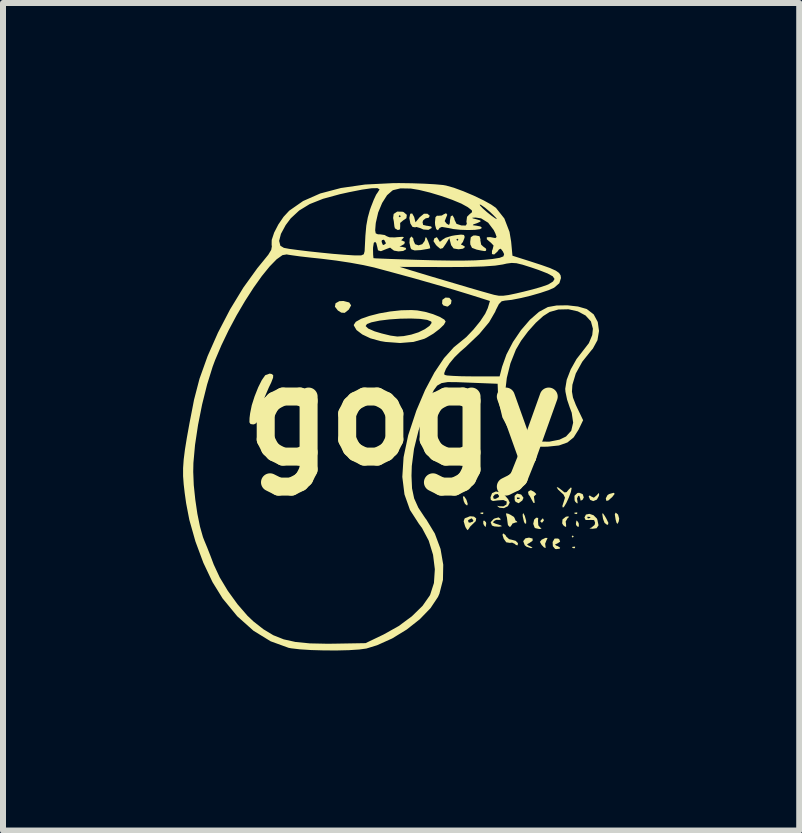
<source format=kicad_pcb>
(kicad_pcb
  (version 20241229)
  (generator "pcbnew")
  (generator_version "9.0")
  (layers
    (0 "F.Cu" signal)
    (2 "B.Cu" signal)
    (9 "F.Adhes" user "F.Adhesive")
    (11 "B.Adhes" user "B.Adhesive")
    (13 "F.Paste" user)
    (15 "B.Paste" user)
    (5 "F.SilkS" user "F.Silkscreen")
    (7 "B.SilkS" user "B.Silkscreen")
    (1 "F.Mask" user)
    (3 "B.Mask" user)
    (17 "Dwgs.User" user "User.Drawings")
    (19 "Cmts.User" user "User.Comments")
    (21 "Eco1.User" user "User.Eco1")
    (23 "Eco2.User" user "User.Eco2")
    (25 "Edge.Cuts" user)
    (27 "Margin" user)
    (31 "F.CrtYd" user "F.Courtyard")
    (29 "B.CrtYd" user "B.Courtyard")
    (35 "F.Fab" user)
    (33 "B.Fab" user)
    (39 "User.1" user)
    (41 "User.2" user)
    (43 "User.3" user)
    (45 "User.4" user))
  (footprint "gogy"
    (layer "F.Cu")
    (at 3.698 3.878)
    (property "Reference" "gogy" (at 0 0 0) (layer "F.SilkS") (effects (font (size 1.5 1.5) (thickness 0.3))))
    (attr board_only exclude_from_pos_files exclude_from_bom)
    (fp_poly (pts (xy 0.961 1.192) (xy 0.943 1.21) (xy 0.925 1.192) (xy 0.943 1.174)) (stroke (width 0) (type solid)) (fill yes) (layer "F.SilkS"))
    (fp_poly (pts (xy 2.81 2.01) (xy 2.793 2.028) (xy 2.775 2.01) (xy 2.793 1.992)) (stroke (width 0) (type solid)) (fill yes) (layer "F.SilkS"))
    (fp_poly (pts (xy 1.304 1.613) (xy 1.3 1.634) (xy 1.281 1.636) (xy 1.251 1.623) (xy 1.257 1.613) (xy 1.299 1.608)) (stroke (width 0) (type solid)) (fill yes) (layer "F.SilkS"))
    (fp_poly (pts (xy 2.834 2.182) (xy 2.829 2.203) (xy 2.81 2.206) (xy 2.781 2.193) (xy 2.787 2.182) (xy 2.829 2.178)) (stroke (width 0) (type solid)) (fill yes) (layer "F.SilkS"))
    (fp_poly (pts (xy 2.87 1.613) (xy 2.865 1.634) (xy 2.846 1.636) (xy 2.817 1.623) (xy 2.822 1.613) (xy 2.864 1.608)) (stroke (width 0) (type solid)) (fill yes) (layer "F.SilkS"))
    (fp_poly (pts (xy 1.018 1.39) (xy 1.025 1.405) (xy 1.044 1.469) (xy 1.033 1.494) (xy 0.998 1.465) (xy 0.977 1.42) (xy 0.964 1.348) (xy 0.981 1.336)) (stroke (width 0) (type solid)) (fill yes) (layer "F.SilkS"))
    (fp_poly (pts (xy 1.348 1.772) (xy 1.352 1.796) (xy 1.344 1.844) (xy 1.338 1.85) (xy 1.315 1.822) (xy 1.303 1.796) (xy 1.303 1.751) (xy 1.317 1.743)) (stroke (width 0) (type solid)) (fill yes) (layer "F.SilkS"))
    (fp_poly (pts (xy 2.312 1.735) (xy 2.312 1.743) (xy 2.285 1.777) (xy 2.275 1.779) (xy 2.253 1.757) (xy 2.259 1.743) (xy 2.291 1.709) (xy 2.297 1.708)) (stroke (width 0) (type solid)) (fill yes) (layer "F.SilkS"))
    (fp_poly (pts (xy 2.883 1.771) (xy 2.894 1.796) (xy 2.895 1.842) (xy 2.88 1.85) (xy 2.85 1.821) (xy 2.846 1.796) (xy 2.854 1.749) (xy 2.86 1.743)) (stroke (width 0) (type solid)) (fill yes) (layer "F.SilkS"))
    (fp_poly (pts (xy 3.492 1.299) (xy 3.451 1.352) (xy 3.384 1.411) (xy 3.352 1.415) (xy 3.344 1.373) (xy 3.373 1.319) (xy 3.4 1.302) (xy 3.476 1.281)) (stroke (width 0) (type solid)) (fill yes) (layer "F.SilkS"))
    (fp_poly (pts (xy 3.548 1.644) (xy 3.567 1.712) (xy 3.559 1.76) (xy 3.539 1.8) (xy 3.523 1.782) (xy 3.508 1.729) (xy 3.494 1.641) (xy 3.508 1.611)) (stroke (width 0) (type solid)) (fill yes) (layer "F.SilkS"))
    (fp_poly (pts (xy 0.737 -1.967) (xy 0.774 -1.924) (xy 0.765 -1.867) (xy 0.716 -1.825) (xy 0.702 -1.821) (xy 0.639 -1.839) (xy 0.617 -1.869) (xy 0.621 -1.933) (xy 0.673 -1.971)) (stroke (width 0) (type solid)) (fill yes) (layer "F.SilkS"))
    (fp_poly (pts (xy 1.994 1.665) (xy 1.995 1.669) (xy 2.017 1.747) (xy 2.017 1.792) (xy 1.998 1.796) (xy 1.981 1.765) (xy 1.961 1.678) (xy 1.959 1.642) (xy 1.969 1.619)) (stroke (width 0) (type solid)) (fill yes) (layer "F.SilkS"))
    (fp_poly (pts (xy 3.328 1.669) (xy 3.352 1.71) (xy 3.387 1.782) (xy 3.381 1.812) (xy 3.364 1.814) (xy 3.324 1.784) (xy 3.298 1.716) (xy 3.285 1.636) (xy 3.294 1.62)) (stroke (width 0) (type solid)) (fill yes) (layer "F.SilkS"))
    (fp_poly (pts (xy -0.93 -1.889) (xy -0.899 -1.841) (xy -0.936 -1.773) (xy -0.944 -1.765) (xy -1.006 -1.716) (xy -1.063 -1.72) (xy -1.12 -1.756) (xy -1.169 -1.819) (xy -1.158 -1.876) (xy -1.095 -1.911) (xy -1.026 -1.914)) (stroke (width 0) (type solid)) (fill yes) (layer "F.SilkS"))
    (fp_poly (pts (xy 2.218 1.7) (xy 2.214 1.749) (xy 2.22 1.823) (xy 2.245 1.853) (xy 2.274 1.879) (xy 2.238 1.885) (xy 2.174 1.872) (xy 2.158 1.862) (xy 2.135 1.799) (xy 2.15 1.729) (xy 2.184 1.696)) (stroke (width 0) (type solid)) (fill yes) (layer "F.SilkS"))
    (fp_poly (pts (xy 2.729 1.687) (xy 2.707 1.705) (xy 2.675 1.76) (xy 2.68 1.793) (xy 2.684 1.841) (xy 2.671 1.85) (xy 2.634 1.821) (xy 2.617 1.79) (xy 2.623 1.725) (xy 2.679 1.68) (xy 2.721 1.673)) (stroke (width 0) (type solid)) (fill yes) (layer "F.SilkS"))
    (fp_poly (pts (xy 2.374 2.034) (xy 2.36 2.065) (xy 2.358 2.068) (xy 2.333 2.13) (xy 2.337 2.157) (xy 2.343 2.201) (xy 2.314 2.191) (xy 2.275 2.15) (xy 2.246 2.099) (xy 2.275 2.063) (xy 2.279 2.061) (xy 2.341 2.032)) (stroke (width 0) (type solid)) (fill yes) (layer "F.SilkS"))
    (fp_poly (pts (xy 3.233 1.304) (xy 3.229 1.334) (xy 3.195 1.395) (xy 3.134 1.42) (xy 3.084 1.4) (xy 3.06 1.344) (xy 3.059 1.339) (xy 3.077 1.325) (xy 3.101 1.343) (xy 3.145 1.363) (xy 3.191 1.324) (xy 3.227 1.284)) (stroke (width 0) (type solid)) (fill yes) (layer "F.SilkS"))
    (fp_poly (pts (xy 2.15 1.266) (xy 2.187 1.303) (xy 2.174 1.316) (xy 2.146 1.343) (xy 2.152 1.387) (xy 2.16 1.448) (xy 2.14 1.451) (xy 2.109 1.396) (xy 2.076 1.334) (xy 2.059 1.315) (xy 2.049 1.274) (xy 2.057 1.256) (xy 2.095 1.237)) (stroke (width 0) (type solid)) (fill yes) (layer "F.SilkS"))
    (fp_poly (pts (xy 2.125 2.044) (xy 2.124 2.082) (xy 2.072 2.117) (xy 2.031 2.139) (xy 2.054 2.16) (xy 2.081 2.171) (xy 2.124 2.194) (xy 2.101 2.203) (xy 2.094 2.203) (xy 2.024 2.18) (xy 1.993 2.154) (xy 1.968 2.087) (xy 2.005 2.04) (xy 2.065 2.028)) (stroke (width 0) (type solid)) (fill yes) (layer "F.SilkS"))
    (fp_poly (pts (xy 1.672 1.985) (xy 1.685 2.01) (xy 1.733 2.054) (xy 1.775 2.063) (xy 1.841 2.081) (xy 1.881 2.12) (xy 1.875 2.157) (xy 1.844 2.15) (xy 1.833 2.135) (xy 1.783 2.111) (xy 1.746 2.116) (xy 1.685 2.106) (xy 1.643 2.046) (xy 1.623 1.982) (xy 1.633 1.957)) (stroke (width 0) (type solid)) (fill yes) (layer "F.SilkS"))
    (fp_poly (pts (xy 2.57 2.058) (xy 2.583 2.096) (xy 2.543 2.122) (xy 2.497 2.144) (xy 2.518 2.161) (xy 2.544 2.17) (xy 2.583 2.196) (xy 2.577 2.212) (xy 2.516 2.22) (xy 2.499 2.216) (xy 2.462 2.171) (xy 2.458 2.102) (xy 2.489 2.046) (xy 2.493 2.044) (xy 2.549 2.043)) (stroke (width 0) (type solid)) (fill yes) (layer "F.SilkS"))
    (fp_poly (pts (xy 2.96 1.305) (xy 2.977 1.359) (xy 2.957 1.398) (xy 2.925 1.413) (xy 2.917 1.375) (xy 2.902 1.332) (xy 2.883 1.333) (xy 2.864 1.379) (xy 2.869 1.406) (xy 2.875 1.452) (xy 2.866 1.459) (xy 2.836 1.431) (xy 2.824 1.407) (xy 2.822 1.331) (xy 2.871 1.285) (xy 2.899 1.281)) (stroke (width 0) (type solid)) (fill yes) (layer "F.SilkS"))
    (fp_poly (pts (xy 1.24 -2.993) (xy 1.256 -2.942) (xy 1.254 -2.925) (xy 1.268 -2.852) (xy 1.299 -2.823) (xy 1.346 -2.788) (xy 1.352 -2.771) (xy 1.348 -2.751) (xy 1.325 -2.745) (xy 1.264 -2.755) (xy 1.192 -2.77) (xy 1.115 -2.799) (xy 1.087 -2.855) (xy 1.085 -2.9) (xy 1.095 -2.976) (xy 1.136 -3.004) (xy 1.174 -3.006)) (stroke (width 0) (type solid)) (fill yes) (layer "F.SilkS"))
    (fp_poly (pts (xy 1.716 1.629) (xy 1.755 1.647) (xy 1.814 1.684) (xy 1.829 1.713) (xy 1.841 1.745) (xy 1.859 1.755) (xy 1.871 1.771) (xy 1.841 1.776) (xy 1.788 1.795) (xy 1.779 1.814) (xy 1.752 1.849) (xy 1.743 1.85) (xy 1.714 1.82) (xy 1.708 1.782) (xy 1.697 1.694) (xy 1.687 1.659) (xy 1.681 1.624)) (stroke (width 0) (type solid)) (fill yes) (layer "F.SilkS"))
    (fp_poly (pts (xy 1.586 1.713) (xy 1.591 1.738) (xy 1.578 1.733) (xy 1.522 1.731) (xy 1.493 1.744) (xy 1.461 1.772) (xy 1.494 1.791) (xy 1.495 1.792) (xy 1.579 1.819) (xy 1.601 1.826) (xy 1.611 1.84) (xy 1.562 1.847) (xy 1.484 1.841) (xy 1.447 1.826) (xy 1.426 1.771) (xy 1.475 1.718) (xy 1.492 1.709) (xy 1.558 1.691)) (stroke (width 0) (type solid)) (fill yes) (layer "F.SilkS"))
    (fp_poly (pts (xy 1.929 1.309) (xy 1.938 1.315) (xy 1.973 1.365) (xy 1.953 1.41) (xy 1.891 1.455) (xy 1.842 1.432) (xy 1.826 1.403) (xy 1.825 1.364) (xy 1.862 1.364) (xy 1.867 1.385) (xy 1.885 1.387) (xy 1.915 1.374) (xy 1.909 1.364) (xy 1.867 1.359) (xy 1.862 1.364) (xy 1.825 1.364) (xy 1.825 1.333) (xy 1.866 1.295)) (stroke (width 0) (type solid)) (fill yes) (layer "F.SilkS"))
    (fp_poly (pts (xy 2.548 1.191) (xy 2.6 1.23) (xy 2.656 1.275) (xy 2.69 1.271) (xy 2.725 1.229) (xy 2.762 1.192) (xy 2.775 1.202) (xy 2.762 1.268) (xy 2.729 1.358) (xy 2.688 1.448) (xy 2.65 1.512) (xy 2.629 1.53) (xy 2.62 1.502) (xy 2.641 1.437) (xy 2.664 1.363) (xy 2.639 1.31) (xy 2.605 1.28) (xy 2.547 1.225) (xy 2.526 1.189)) (stroke (width 0) (type solid)) (fill yes) (layer "F.SilkS"))
    (fp_poly (pts (xy -0.043 -3.401) (xy -0.023 -3.394) (xy 0.029 -3.349) (xy 0.022 -3.293) (xy -0.032 -3.256) (xy -0.082 -3.214) (xy -0.081 -3.165) (xy -0.084 -3.107) (xy -0.12 -3.095) (xy -0.169 -3.124) (xy -0.178 -3.157) (xy -0.188 -3.244) (xy -0.199 -3.296) (xy -0.195 -3.326) (xy -0.107 -3.326) (xy -0.089 -3.308) (xy -0.071 -3.326) (xy -0.089 -3.344) (xy -0.107 -3.326) (xy -0.195 -3.326) (xy -0.19 -3.364) (xy -0.131 -3.403)) (stroke (width 0) (type solid)) (fill yes) (layer "F.SilkS"))
    (fp_poly (pts (xy -2.223 -0.698) (xy -2.197 -0.678) (xy -2.199 -0.635) (xy -2.23 -0.555) (xy -2.27 -0.472) (xy -2.335 -0.321) (xy -2.391 -0.155) (xy -2.416 -0.062) (xy -2.445 0.056) (xy -2.476 0.118) (xy -2.515 0.141) (xy -2.533 0.142) (xy -2.575 0.136) (xy -2.593 0.107) (xy -2.591 0.036) (xy -2.581 -0.044) (xy -2.554 -0.177) (xy -2.506 -0.327) (xy -2.447 -0.475) (xy -2.386 -0.597) (xy -2.332 -0.674) (xy -2.326 -0.679) (xy -2.256 -0.704)) (stroke (width 0) (type solid)) (fill yes) (layer "F.SilkS"))
    (fp_poly (pts (xy 0.136 -2.958) (xy 0.142 -2.917) (xy 0.167 -2.86) (xy 0.224 -2.841) (xy 0.286 -2.86) (xy 0.327 -2.915) (xy 0.329 -2.926) (xy 0.341 -2.976) (xy 0.357 -2.968) (xy 0.386 -2.903) (xy 0.413 -2.829) (xy 0.419 -2.792) (xy 0.419 -2.792) (xy 0.381 -2.782) (xy 0.298 -2.768) (xy 0.261 -2.762) (xy 0.159 -2.756) (xy 0.107 -2.774) (xy 0.092 -2.797) (xy 0.073 -2.883) (xy 0.078 -2.956) (xy 0.105 -2.988) (xy 0.107 -2.988)) (stroke (width 0) (type solid)) (fill yes) (layer "F.SilkS"))
    (fp_poly (pts (xy 1.148 1.678) (xy 1.185 1.708) (xy 1.177 1.755) (xy 1.145 1.785) (xy 1.083 1.846) (xy 1.059 1.885) (xy 1.038 1.904) (xy 1.008 1.857) (xy 0.999 1.835) (xy 0.976 1.755) (xy 0.98 1.743) (xy 1.049 1.743) (xy 1.058 1.774) (xy 1.083 1.779) (xy 1.132 1.76) (xy 1.138 1.743) (xy 1.113 1.709) (xy 1.105 1.708) (xy 1.057 1.733) (xy 1.049 1.743) (xy 0.98 1.743) (xy 0.991 1.711) (xy 1.004 1.702) (xy 1.082 1.672)) (stroke (width 0) (type solid)) (fill yes) (layer "F.SilkS"))
    (fp_poly (pts (xy 0.151 -3.314) (xy 0.154 -3.302) (xy 0.174 -3.225) (xy 0.242 -3.308) (xy 0.315 -3.368) (xy 0.373 -3.367) (xy 0.412 -3.333) (xy 0.392 -3.3) (xy 0.344 -3.291) (xy 0.304 -3.261) (xy 0.291 -3.228) (xy 0.301 -3.181) (xy 0.364 -3.166) (xy 0.373 -3.166) (xy 0.435 -3.155) (xy 0.445 -3.131) (xy 0.389 -3.099) (xy 0.305 -3.105) (xy 0.251 -3.129) (xy 0.189 -3.147) (xy 0.167 -3.141) (xy 0.124 -3.148) (xy 0.088 -3.205) (xy 0.072 -3.292) (xy 0.072 -3.3) (xy 0.086 -3.367) (xy 0.118 -3.372)) (stroke (width 0) (type solid)) (fill yes) (layer "F.SilkS"))
    (fp_poly (pts (xy 3.139 1.655) (xy 3.194 1.709) (xy 3.203 1.728) (xy 3.223 1.823) (xy 3.19 1.872) (xy 3.12 1.881) (xy 3.072 1.875) (xy 3.093 1.864) (xy 3.104 1.861) (xy 3.157 1.817) (xy 3.166 1.781) (xy 3.149 1.736) (xy 3.088 1.733) (xy 3.077 1.734) (xy 3.008 1.735) (xy 2.988 1.694) (xy 2.988 1.694) (xy 2.993 1.684) (xy 3.036 1.684) (xy 3.041 1.705) (xy 3.059 1.708) (xy 3.089 1.695) (xy 3.083 1.684) (xy 3.041 1.68) (xy 3.036 1.684) (xy 2.993 1.684) (xy 3.013 1.644) (xy 3.071 1.632)) (stroke (width 0) (type solid)) (fill yes) (layer "F.SilkS"))
    (fp_poly (pts (xy 1.599 1.278) (xy 1.657 1.319) (xy 1.717 1.388) (xy 1.743 1.444) (xy 1.743 1.446) (xy 1.713 1.504) (xy 1.646 1.537) (xy 1.574 1.53) (xy 1.563 1.524) (xy 1.532 1.498) (xy 1.562 1.503) (xy 1.568 1.505) (xy 1.639 1.507) (xy 1.689 1.476) (xy 1.694 1.429) (xy 1.692 1.426) (xy 1.637 1.402) (xy 1.545 1.408) (xy 1.463 1.418) (xy 1.429 1.4) (xy 1.423 1.358) (xy 1.427 1.346) (xy 1.466 1.346) (xy 1.477 1.382) (xy 1.51 1.382) (xy 1.56 1.354) (xy 1.567 1.334) (xy 1.542 1.301) (xy 1.497 1.309) (xy 1.466 1.346) (xy 1.427 1.346) (xy 1.449 1.287) (xy 1.514 1.259)) (stroke (width 0) (type solid)) (fill yes) (layer "F.SilkS"))
    (fp_poly (pts (xy 0.981 -3.014) (xy 0.992 -2.987) (xy 0.99 -2.966) (xy 0.963 -2.896) (xy 0.943 -2.873) (xy 0.932 -2.85) (xy 0.952 -2.846) (xy 0.993 -2.823) (xy 0.996 -2.81) (xy 0.965 -2.785) (xy 0.891 -2.775) (xy 0.89 -2.775) (xy 0.808 -2.789) (xy 0.768 -2.843) (xy 0.761 -2.868) (xy 0.744 -2.935) (xy 0.854 -2.935) (xy 0.872 -2.917) (xy 0.889 -2.935) (xy 0.872 -2.953) (xy 0.854 -2.935) (xy 0.744 -2.935) (xy 0.737 -2.961) (xy 0.68 -2.868) (xy 0.629 -2.795) (xy 0.587 -2.783) (xy 0.532 -2.829) (xy 0.515 -2.847) (xy 0.473 -2.911) (xy 0.488 -2.957) (xy 0.491 -2.959) (xy 0.53 -2.977) (xy 0.554 -2.94) (xy 0.579 -2.899) (xy 0.612 -2.924) (xy 0.618 -2.931) (xy 0.675 -2.967) (xy 0.775 -2.998) (xy 0.83 -3.008) (xy 0.932 -3.02)) (stroke (width 0) (type solid)) (fill yes) (layer "F.SilkS"))
    (fp_poly (pts (xy 0.202 -1.757) (xy 0.334 -1.733) (xy 0.465 -1.695) (xy 0.578 -1.649) (xy 0.654 -1.604) (xy 0.676 -1.571) (xy 0.647 -1.518) (xy 0.573 -1.447) (xy 0.472 -1.37) (xy 0.359 -1.303) (xy 0.32 -1.284) (xy 0.14 -1.232) (xy -0.083 -1.214) (xy -0.327 -1.232) (xy -0.416 -1.247) (xy -0.577 -1.292) (xy -0.712 -1.356) (xy -0.809 -1.43) (xy -0.848 -1.496) (xy -0.657 -1.496) (xy -0.614 -1.455) (xy -0.507 -1.408) (xy -0.389 -1.373) (xy -0.241 -1.337) (xy -0.129 -1.322) (xy -0.024 -1.329) (xy 0.103 -1.354) (xy 0.223 -1.392) (xy 0.329 -1.444) (xy 0.407 -1.499) (xy 0.442 -1.548) (xy 0.435 -1.572) (xy 0.369 -1.599) (xy 0.25 -1.616) (xy 0.095 -1.622) (xy -0.081 -1.619) (xy -0.259 -1.607) (xy -0.424 -1.587) (xy -0.559 -1.559) (xy -0.634 -1.531) (xy -0.657 -1.496) (xy -0.848 -1.496) (xy -0.853 -1.504) (xy -0.854 -1.517) (xy -0.821 -1.567) (xy -0.73 -1.618) (xy -0.595 -1.665) (xy -0.431 -1.707) (xy -0.25 -1.739) (xy -0.066 -1.759) (xy 0.107 -1.763)) (stroke (width 0) (type solid)) (fill yes) (layer "F.SilkS"))
    (fp_poly (pts (xy 0.114 -3.875) (xy 0.319 -3.868) (xy 0.498 -3.858) (xy 0.632 -3.846) (xy 0.683 -3.837) (xy 0.814 -3.8) (xy 0.974 -3.741) (xy 1.144 -3.669) (xy 1.305 -3.592) (xy 1.435 -3.52) (xy 1.514 -3.465) (xy 1.654 -3.288) (xy 1.74 -3.065) (xy 1.767 -2.902) (xy 1.789 -2.668) (xy 2.067 -2.58) (xy 2.27 -2.514) (xy 2.414 -2.463) (xy 2.509 -2.42) (xy 2.565 -2.381) (xy 2.591 -2.341) (xy 2.597 -2.296) (xy 2.57 -2.21) (xy 2.483 -2.135) (xy 2.483 -2.135) (xy 2.393 -2.095) (xy 2.256 -2.049) (xy 2.092 -2.002) (xy 1.925 -1.962) (xy 1.777 -1.933) (xy 1.669 -1.921) (xy 1.665 -1.921) (xy 1.609 -1.909) (xy 1.563 -1.862) (xy 1.514 -1.766) (xy 1.501 -1.734) (xy 1.401 -1.561) (xy 1.236 -1.363) (xy 1.006 -1.144) (xy 0.917 -1.067) (xy 0.825 -0.977) (xy 0.742 -0.877) (xy 0.681 -0.783) (xy 0.652 -0.711) (xy 0.657 -0.683) (xy 0.7 -0.673) (xy 0.8 -0.666) (xy 0.942 -0.66) (xy 1.112 -0.658) (xy 1.128 -0.658) (xy 1.575 -0.658) (xy 1.616 -0.818) (xy 1.689 -1.023) (xy 1.798 -1.232) (xy 1.932 -1.429) (xy 2.08 -1.601) (xy 2.231 -1.733) (xy 2.375 -1.811) (xy 2.379 -1.813) (xy 2.525 -1.839) (xy 2.703 -1.842) (xy 2.88 -1.822) (xy 3.023 -1.781) (xy 3.029 -1.778) (xy 3.142 -1.691) (xy 3.21 -1.564) (xy 3.231 -1.415) (xy 3.205 -1.261) (xy 3.128 -1.12) (xy 3.102 -1.09) (xy 2.952 -0.902) (xy 2.844 -0.706) (xy 2.788 -0.52) (xy 2.787 -0.513) (xy 2.78 -0.405) (xy 2.797 -0.305) (xy 2.844 -0.184) (xy 2.865 -0.139) (xy 2.966 0.072) (xy 2.89 0.23) (xy 2.809 0.358) (xy 2.705 0.443) (xy 2.564 0.493) (xy 2.372 0.513) (xy 2.31 0.514) (xy 2.165 0.512) (xy 2.068 0.501) (xy 1.994 0.473) (xy 1.92 0.424) (xy 1.906 0.414) (xy 1.736 0.242) (xy 1.621 0.025) (xy 1.559 -0.238) (xy 1.549 -0.365) (xy 1.547 -0.402) (xy 1.668 -0.402) (xy 1.68 -0.207) (xy 1.745 0.025) (xy 1.846 0.216) (xy 1.928 0.31) (xy 2.055 0.386) (xy 2.221 0.427) (xy 2.401 0.43) (xy 2.573 0.396) (xy 2.681 0.344) (xy 2.768 0.248) (xy 2.8 0.113) (xy 2.776 -0.052) (xy 2.743 -0.141) (xy 2.699 -0.271) (xy 2.672 -0.401) (xy 2.668 -0.451) (xy 2.693 -0.602) (xy 2.76 -0.775) (xy 2.856 -0.946) (xy 2.95 -1.067) (xy 3.062 -1.212) (xy 3.118 -1.346) (xy 3.129 -1.452) (xy 3.096 -1.574) (xy 3.007 -1.672) (xy 2.878 -1.741) (xy 2.722 -1.776) (xy 2.554 -1.772) (xy 2.409 -1.731) (xy 2.302 -1.663) (xy 2.177 -1.55) (xy 2.049 -1.407) (xy 1.933 -1.252) (xy 1.845 -1.102) (xy 1.845 -1.101) (xy 1.755 -0.874) (xy 1.695 -0.633) (xy 1.668 -0.402) (xy 1.547 -0.402) (xy 1.542 -0.535) (xy 1.059 -0.554) (xy 0.856 -0.562) (xy 0.71 -0.563) (xy 0.608 -0.546) (xy 0.535 -0.504) (xy 0.478 -0.427) (xy 0.424 -0.307) (xy 0.357 -0.134) (xy 0.341 -0.092) (xy 0.224 0.247) (xy 0.149 0.55) (xy 0.112 0.835) (xy 0.107 0.999) (xy 0.116 1.207) (xy 0.151 1.374) (xy 0.221 1.53) (xy 0.334 1.701) (xy 0.355 1.728) (xy 0.496 1.961) (xy 0.591 2.217) (xy 0.636 2.479) (xy 0.631 2.733) (xy 0.572 2.963) (xy 0.548 3.017) (xy 0.424 3.203) (xy 0.245 3.388) (xy 0.027 3.56) (xy -0.215 3.708) (xy -0.466 3.821) (xy -0.645 3.876) (xy -0.764 3.892) (xy -0.934 3.903) (xy -1.137 3.908) (xy -1.354 3.907) (xy -1.566 3.901) (xy -1.754 3.889) (xy -1.898 3.872) (xy -1.94 3.864) (xy -2.24 3.755) (xy -2.526 3.579) (xy -2.795 3.339) (xy -3.04 3.041) (xy -3.208 2.769) (xy -3.361 2.446) (xy -3.492 2.093) (xy -3.594 1.732) (xy -3.647 1.457) (xy -3.671 1.286) (xy -3.688 1.139) (xy -3.698 1.005) (xy -3.698 0.932) (xy -3.529 0.932) (xy -3.52 1.153) (xy -3.495 1.393) (xy -3.46 1.631) (xy -3.416 1.846) (xy -3.367 2.019) (xy -3.347 2.071) (xy -3.301 2.182) (xy -3.243 2.329) (xy -3.186 2.48) (xy -3.184 2.484) (xy -3.088 2.69) (xy -2.952 2.916) (xy -2.792 3.137) (xy -2.626 3.329) (xy -2.526 3.424) (xy -2.359 3.555) (xy -2.195 3.654) (xy -2.021 3.723) (xy -1.823 3.767) (xy -1.586 3.79) (xy -1.298 3.796) (xy -1.192 3.795) (xy -0.658 3.786) (xy -0.356 3.641) (xy -0.106 3.501) (xy 0.113 3.339) (xy 0.291 3.165) (xy 0.412 2.992) (xy 0.418 2.98) (xy 0.481 2.784) (xy 0.496 2.555) (xy 0.466 2.314) (xy 0.394 2.079) (xy 0.283 1.869) (xy 0.231 1.799) (xy 0.082 1.568) (xy -0.01 1.308) (xy -0.046 1.016) (xy -0.025 0.689) (xy 0.052 0.323) (xy 0.186 -0.082) (xy 0.19 -0.093) (xy 0.333 -0.429) (xy 0.488 -0.721) (xy 0.649 -0.962) (xy 0.813 -1.144) (xy 0.909 -1.222) (xy 1.02 -1.313) (xy 1.138 -1.437) (xy 1.249 -1.573) (xy 1.335 -1.702) (xy 1.377 -1.793) (xy 1.414 -1.914) (xy 1.072 -2.022) (xy 0.81 -2.102) (xy 0.499 -2.192) (xy 0.159 -2.289) (xy -0.189 -2.384) (xy -0.516 -2.472) (xy -0.56 -2.482) (xy -0.089 -2.482) (xy 0.125 -2.416) (xy 0.254 -2.377) (xy 0.433 -2.323) (xy 0.642 -2.261) (xy 0.862 -2.196) (xy 1.074 -2.133) (xy 1.26 -2.079) (xy 1.387 -2.043) (xy 1.484 -2.016) (xy 1.559 -2.002) (xy 1.632 -2.001) (xy 1.723 -2.013) (xy 1.851 -2.04) (xy 1.97 -2.068) (xy 2.125 -2.107) (xy 2.265 -2.147) (xy 2.366 -2.182) (xy 2.392 -2.193) (xy 2.465 -2.239) (xy 2.49 -2.281) (xy 2.46 -2.325) (xy 2.373 -2.373) (xy 2.224 -2.431) (xy 2.107 -2.471) (xy 1.959 -2.518) (xy 1.856 -2.543) (xy 1.775 -2.548) (xy 1.692 -2.537) (xy 1.626 -2.522) (xy 1.5 -2.503) (xy 1.303 -2.489) (xy 1.036 -2.481) (xy 0.699 -2.479) (xy 0.676 -2.479) (xy -0.089 -2.482) (xy -0.56 -2.482) (xy -0.691 -2.511) (xy -0.91 -2.551) (xy -1.146 -2.587) (xy -1.371 -2.615) (xy -1.387 -2.617) (xy -1.576 -2.637) (xy -1.744 -2.656) (xy -1.875 -2.674) (xy -1.955 -2.686) (xy -1.969 -2.69) (xy -2.042 -2.678) (xy -2.14 -2.608) (xy -2.256 -2.489) (xy -2.386 -2.329) (xy -2.524 -2.135) (xy -2.666 -1.914) (xy -2.806 -1.676) (xy -2.939 -1.427) (xy -3.06 -1.175) (xy -3.165 -0.928) (xy -3.205 -0.821) (xy -3.298 -0.522) (xy -3.381 -0.19) (xy -3.449 0.152) (xy -3.499 0.484) (xy -3.526 0.784) (xy -3.529 0.932) (xy -3.698 0.932) (xy -3.698 0.871) (xy -3.688 0.727) (xy -3.667 0.561) (xy -3.635 0.363) (xy -3.591 0.12) (xy -3.533 -0.178) (xy -3.516 -0.267) (xy -3.425 -0.617) (xy -3.289 -0.997) (xy -3.116 -1.388) (xy -2.915 -1.774) (xy -2.694 -2.137) (xy -2.462 -2.459) (xy -2.373 -2.568) (xy -2.279 -2.684) (xy -2.23 -2.765) (xy -2.219 -2.826) (xy -2.223 -2.846) (xy -2.222 -2.915) (xy -2.098 -2.915) (xy -2.077 -2.834) (xy -2.019 -2.799) (xy -1.929 -2.782) (xy -1.786 -2.763) (xy -1.606 -2.741) (xy -1.408 -2.72) (xy -1.208 -2.7) (xy -1.023 -2.685) (xy -0.872 -2.675) (xy -0.827 -2.673) (xy -0.732 -2.673) (xy -0.688 -2.692) (xy -0.674 -2.743) (xy -0.672 -2.777) (xy -0.534 -2.777) (xy -0.532 -2.685) (xy -0.527 -2.632) (xy -0.525 -2.627) (xy -0.488 -2.624) (xy -0.391 -2.62) (xy -0.245 -2.614) (xy -0.061 -2.608) (xy 0.15 -2.601) (xy 0.178 -2.6) (xy 0.504 -2.591) (xy 0.769 -2.587) (xy 0.986 -2.587) (xy 1.166 -2.591) (xy 1.318 -2.6) (xy 1.453 -2.613) (xy 1.576 -2.633) (xy 1.638 -2.657) (xy 1.65 -2.694) (xy 1.629 -2.739) (xy 1.594 -2.785) (xy 1.565 -2.773) (xy 1.538 -2.736) (xy 1.484 -2.688) (xy 1.447 -2.696) (xy 1.448 -2.75) (xy 1.459 -2.776) (xy 1.474 -2.838) (xy 1.43 -2.885) (xy 1.424 -2.889) (xy 1.362 -2.942) (xy 1.362 -2.975) (xy 1.42 -2.978) (xy 1.441 -2.974) (xy 1.505 -2.962) (xy 1.525 -2.981) (xy 1.503 -3.042) (xy 1.477 -3.095) (xy 1.384 -3.218) (xy 1.267 -3.29) (xy 1.175 -3.304) (xy 1.119 -3.3) (xy 1.127 -3.291) (xy 1.192 -3.274) (xy 1.253 -3.256) (xy 1.257 -3.237) (xy 1.201 -3.211) (xy 1.138 -3.19) (xy 1.129 -3.176) (xy 1.18 -3.169) (xy 1.183 -3.169) (xy 1.254 -3.156) (xy 1.281 -3.131) (xy 1.249 -3.111) (xy 1.165 -3.099) (xy 1.049 -3.096) (xy 0.921 -3.1) (xy 0.799 -3.113) (xy 0.711 -3.131) (xy 0.613 -3.148) (xy 0.575 -3.131) (xy 0.548 -3.092) (xy 0.519 -3.111) (xy 0.501 -3.177) (xy 0.498 -3.223) (xy 0.506 -3.309) (xy 0.532 -3.336) (xy 0.547 -3.333) (xy 0.613 -3.338) (xy 0.635 -3.353) (xy 0.683 -3.376) (xy 0.703 -3.35) (xy 0.681 -3.297) (xy 0.681 -3.296) (xy 0.66 -3.244) (xy 0.693 -3.202) (xy 0.732 -3.18) (xy 0.746 -3.213) (xy 0.747 -3.251) (xy 0.761 -3.325) (xy 0.791 -3.34) (xy 0.819 -3.292) (xy 0.825 -3.264) (xy 0.857 -3.199) (xy 0.939 -3.172) (xy 1.01 -3.171) (xy 1.029 -3.199) (xy 1.022 -3.235) (xy 1.032 -3.317) (xy 1.073 -3.358) (xy 1.116 -3.394) (xy 1.112 -3.424) (xy 1.055 -3.469) (xy 1.043 -3.478) (xy 0.963 -3.522) (xy 1.243 -3.522) (xy 1.25 -3.503) (xy 1.296 -3.455) (xy 1.365 -3.394) (xy 1.439 -3.335) (xy 1.501 -3.291) (xy 1.53 -3.277) (xy 1.517 -3.297) (xy 1.464 -3.351) (xy 1.415 -3.398) (xy 1.331 -3.469) (xy 1.265 -3.514) (xy 1.243 -3.522) (xy 0.963 -3.522) (xy 0.938 -3.536) (xy 0.783 -3.6) (xy 0.601 -3.664) (xy 0.411 -3.721) (xy 0.234 -3.764) (xy 0.095 -3.787) (xy -0.076 -3.79) (xy -0.197 -3.761) (xy -0.211 -3.754) (xy -0.3 -3.676) (xy -0.382 -3.547) (xy -0.448 -3.388) (xy -0.487 -3.218) (xy -0.49 -3.193) (xy -0.498 -3.091) (xy -0.489 -3.041) (xy -0.454 -3.025) (xy -0.416 -3.024) (xy -0.34 -3.013) (xy -0.304 -2.992) (xy -0.26 -2.975) (xy -0.172 -2.973) (xy -0.133 -2.977) (xy -0.044 -2.983) (xy -0.018 -2.974) (xy -0.036 -2.956) (xy -0.065 -2.925) (xy -0.044 -2.918) (xy -0.003 -2.899) (xy -0.013 -2.863) (xy -0.062 -2.835) (xy -0.093 -2.822) (xy -0.054 -2.815) (xy -0.042 -2.814) (xy 0.012 -2.799) (xy 0.018 -2.775) (xy -0.032 -2.747) (xy -0.111 -2.74) (xy -0.185 -2.753) (xy -0.221 -2.78) (xy -0.249 -2.803) (xy -0.311 -2.78) (xy -0.403 -2.743) (xy -0.451 -2.758) (xy -0.462 -2.808) (xy -0.479 -2.876) (xy -0.498 -2.899) (xy -0.521 -2.883) (xy -0.533 -2.808) (xy -0.534 -2.777) (xy -0.672 -2.777) (xy -0.672 -2.784) (xy -0.666 -2.901) (xy -0.391 -2.901) (xy -0.373 -2.853) (xy -0.356 -2.846) (xy -0.321 -2.871) (xy -0.32 -2.879) (xy -0.346 -2.928) (xy -0.356 -2.935) (xy -0.386 -2.927) (xy -0.391 -2.901) (xy -0.666 -2.901) (xy -0.661 -3.002) (xy -0.646 -3.169) (xy -0.621 -3.305) (xy -0.586 -3.431) (xy -0.567 -3.484) (xy -0.522 -3.599) (xy -0.482 -3.685) (xy -0.457 -3.721) (xy -0.427 -3.769) (xy -0.427 -3.775) (xy -0.46 -3.794) (xy -0.558 -3.792) (xy -0.718 -3.769) (xy -0.935 -3.726) (xy -1.085 -3.693) (xy -1.367 -3.616) (xy -1.589 -3.528) (xy -1.764 -3.421) (xy -1.905 -3.29) (xy -1.989 -3.178) (xy -2.068 -3.032) (xy -2.098 -2.915) (xy -2.222 -2.915) (xy -2.221 -2.933) (xy -2.181 -3.053) (xy -2.112 -3.187) (xy -2.025 -3.315) (xy -1.93 -3.418) (xy -1.699 -3.579) (xy -1.413 -3.705) (xy -1.069 -3.796) (xy -0.666 -3.854) (xy -0.202 -3.877) (xy -0.101 -3.878)) (stroke (width 0) (type solid)) (fill yes) (layer "F.SilkS")))
  (gr_rect
    (start -3 -3)
    (end 10.264 10.786)
    (stroke (width 0.1) (type default))
    (fill no)
    (layer "Edge.Cuts")))
</source>
